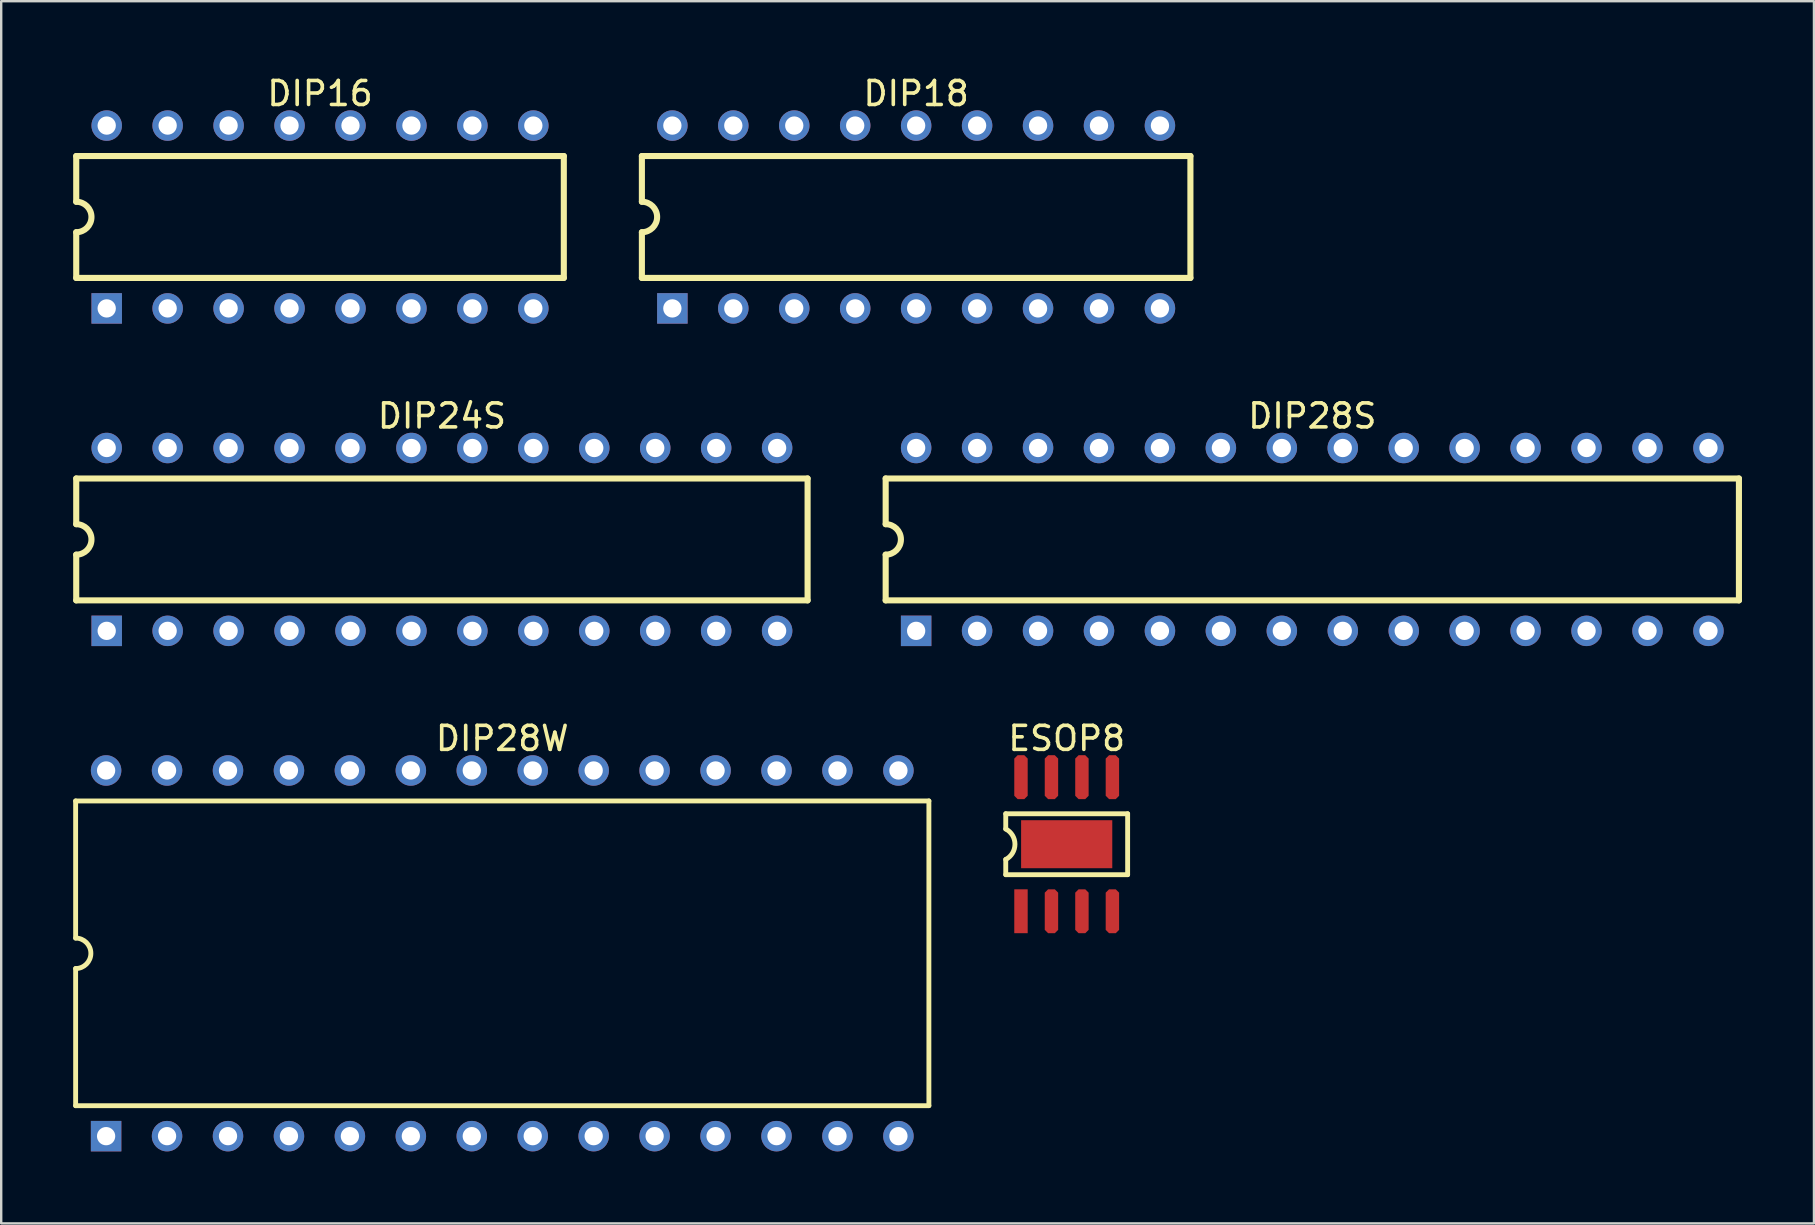
<source format=kicad_pcb>
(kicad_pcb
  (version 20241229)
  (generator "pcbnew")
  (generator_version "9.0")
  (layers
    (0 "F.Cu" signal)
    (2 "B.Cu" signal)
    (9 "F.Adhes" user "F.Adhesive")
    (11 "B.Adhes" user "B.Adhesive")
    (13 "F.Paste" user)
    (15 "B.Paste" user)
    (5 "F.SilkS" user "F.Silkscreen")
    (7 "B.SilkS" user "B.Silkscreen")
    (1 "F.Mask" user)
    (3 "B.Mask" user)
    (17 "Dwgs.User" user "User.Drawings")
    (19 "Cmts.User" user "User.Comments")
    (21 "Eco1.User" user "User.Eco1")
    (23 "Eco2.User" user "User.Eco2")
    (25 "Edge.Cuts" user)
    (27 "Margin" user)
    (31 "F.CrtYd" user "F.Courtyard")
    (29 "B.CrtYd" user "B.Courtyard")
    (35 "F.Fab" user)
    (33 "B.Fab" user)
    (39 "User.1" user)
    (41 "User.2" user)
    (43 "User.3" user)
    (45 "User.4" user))
  (footprint "DIP16"
    (layer "F.Cu")
    (at 1.397 9.803)
    (property "Reference" "DIP16" (at 8.89 -8.955 0) (layer "F.SilkS") (effects (font (size 1 1) (thickness 0.15))))
    (fp_line (start -1.27 -6.35) (end 19.05 -6.35) (stroke (width 0.254) (type solid)) (layer "F.SilkS"))
    (fp_line (start -1.27 -4.445) (end -1.27 -6.35) (stroke (width 0.254) (type solid)) (layer "F.SilkS"))
    (fp_line (start -1.27 -1.27) (end -1.27 -3.175) (stroke (width 0.254) (type solid)) (layer "F.SilkS"))
    (fp_line (start -1.27 -1.27) (end 19.05 -1.27) (stroke (width 0.254) (type solid)) (layer "F.SilkS"))
    (fp_line (start 19.05 -1.27) (end 19.05 -6.35) (stroke (width 0.254) (type solid)) (layer "F.SilkS"))
    (fp_arc (start -1.27 -4.445) (mid -0.635 -3.81) (end -1.27 -3.175) (stroke (width 0.254) (type solid)) (layer "F.SilkS"))
    (pad "1" thru_hole rect (at 0 0) (size 1.27 1.27) (drill 0.762) (layers "*.Cu" "*.Mask"))
    (pad "2" thru_hole circle (at 2.54 0) (size 1.27 1.27) (drill 0.762) (layers "*.Cu" "*.Mask"))
    (pad "3" thru_hole circle (at 5.08 0) (size 1.27 1.27) (drill 0.762) (layers "*.Cu" "*.Mask"))
    (pad "4" thru_hole circle (at 7.62 0) (size 1.27 1.27) (drill 0.762) (layers "*.Cu" "*.Mask"))
    (pad "5" thru_hole circle (at 10.16 0) (size 1.27 1.27) (drill 0.762) (layers "*.Cu" "*.Mask"))
    (pad "6" thru_hole circle (at 12.7 0) (size 1.27 1.27) (drill 0.762) (layers "*.Cu" "*.Mask"))
    (pad "7" thru_hole circle (at 15.24 0) (size 1.27 1.27) (drill 0.762) (layers "*.Cu" "*.Mask"))
    (pad "8" thru_hole circle (at 17.78 0) (size 1.27 1.27) (drill 0.762) (layers "*.Cu" "*.Mask"))
    (pad "9" thru_hole circle (at 17.78 -7.62) (size 1.27 1.27) (drill 0.762) (layers "*.Cu" "*.Mask"))
    (pad "10" thru_hole circle (at 15.24 -7.62) (size 1.27 1.27) (drill 0.762) (layers "*.Cu" "*.Mask"))
    (pad "11" thru_hole circle (at 12.7 -7.62) (size 1.27 1.27) (drill 0.762) (layers "*.Cu" "*.Mask"))
    (pad "12" thru_hole circle (at 10.16 -7.62) (size 1.27 1.27) (drill 0.762) (layers "*.Cu" "*.Mask"))
    (pad "13" thru_hole circle (at 7.62 -7.62) (size 1.27 1.27) (drill 0.762) (layers "*.Cu" "*.Mask"))
    (pad "14" thru_hole circle (at 5.08 -7.62) (size 1.27 1.27) (drill 0.762) (layers "*.Cu" "*.Mask"))
    (pad "15" thru_hole circle (at 2.54 -7.62) (size 1.27 1.27) (drill 0.762) (layers "*.Cu" "*.Mask"))
    (pad "16" thru_hole circle (at 0 -7.62) (size 1.27 1.27) (drill 0.762) (layers "*.Cu" "*.Mask")))
  (footprint "DIP24S"
    (layer "F.Cu")
    (at 1.397 23.241)
    (property "Reference" "DIP24S" (at 13.97 -8.955 0) (layer "F.SilkS") (effects (font (size 1 1) (thickness 0.15))))
    (fp_line (start -1.27 -6.35) (end 29.21 -6.35) (stroke (width 0.254) (type solid)) (layer "F.SilkS"))
    (fp_line (start -1.27 -4.445) (end -1.27 -6.35) (stroke (width 0.254) (type solid)) (layer "F.SilkS"))
    (fp_line (start -1.27 -1.27) (end -1.27 -3.175) (stroke (width 0.254) (type solid)) (layer "F.SilkS"))
    (fp_line (start -1.27 -1.27) (end 29.21 -1.27) (stroke (width 0.254) (type solid)) (layer "F.SilkS"))
    (fp_line (start 29.21 -1.27) (end 29.21 -6.35) (stroke (width 0.254) (type solid)) (layer "F.SilkS"))
    (fp_arc (start -1.27 -4.445) (mid -0.635 -3.81) (end -1.27 -3.175) (stroke (width 0.254) (type solid)) (layer "F.SilkS"))
    (pad "1" thru_hole rect (at 0 0) (size 1.27 1.27) (drill 0.762) (layers "*.Cu" "*.Mask"))
    (pad "2" thru_hole circle (at 2.54 0) (size 1.27 1.27) (drill 0.762) (layers "*.Cu" "*.Mask"))
    (pad "3" thru_hole circle (at 5.08 0) (size 1.27 1.27) (drill 0.762) (layers "*.Cu" "*.Mask"))
    (pad "4" thru_hole circle (at 7.62 0) (size 1.27 1.27) (drill 0.762) (layers "*.Cu" "*.Mask"))
    (pad "5" thru_hole circle (at 10.16 0) (size 1.27 1.27) (drill 0.762) (layers "*.Cu" "*.Mask"))
    (pad "6" thru_hole circle (at 12.7 0) (size 1.27 1.27) (drill 0.762) (layers "*.Cu" "*.Mask"))
    (pad "7" thru_hole circle (at 15.24 0) (size 1.27 1.27) (drill 0.762) (layers "*.Cu" "*.Mask"))
    (pad "8" thru_hole circle (at 17.78 0) (size 1.27 1.27) (drill 0.762) (layers "*.Cu" "*.Mask"))
    (pad "9" thru_hole circle (at 20.32 0) (size 1.27 1.27) (drill 0.762) (layers "*.Cu" "*.Mask"))
    (pad "10" thru_hole circle (at 22.86 0) (size 1.27 1.27) (drill 0.762) (layers "*.Cu" "*.Mask"))
    (pad "11" thru_hole circle (at 25.4 0) (size 1.27 1.27) (drill 0.762) (layers "*.Cu" "*.Mask"))
    (pad "12" thru_hole circle (at 27.94 0) (size 1.27 1.27) (drill 0.762) (layers "*.Cu" "*.Mask"))
    (pad "13" thru_hole circle (at 27.94 -7.62) (size 1.27 1.27) (drill 0.762) (layers "*.Cu" "*.Mask"))
    (pad "14" thru_hole circle (at 25.4 -7.62) (size 1.27 1.27) (drill 0.762) (layers "*.Cu" "*.Mask"))
    (pad "15" thru_hole circle (at 22.86 -7.62) (size 1.27 1.27) (drill 0.762) (layers "*.Cu" "*.Mask"))
    (pad "16" thru_hole circle (at 20.32 -7.62) (size 1.27 1.27) (drill 0.762) (layers "*.Cu" "*.Mask"))
    (pad "17" thru_hole circle (at 17.78 -7.62) (size 1.27 1.27) (drill 0.762) (layers "*.Cu" "*.Mask"))
    (pad "18" thru_hole circle (at 15.24 -7.62) (size 1.27 1.27) (drill 0.762) (layers "*.Cu" "*.Mask"))
    (pad "19" thru_hole circle (at 12.7 -7.62) (size 1.27 1.27) (drill 0.762) (layers "*.Cu" "*.Mask"))
    (pad "20" thru_hole circle (at 10.16 -7.62) (size 1.27 1.27) (drill 0.762) (layers "*.Cu" "*.Mask"))
    (pad "21" thru_hole circle (at 7.62 -7.62) (size 1.27 1.27) (drill 0.762) (layers "*.Cu" "*.Mask"))
    (pad "22" thru_hole circle (at 5.08 -7.62) (size 1.27 1.27) (drill 0.762) (layers "*.Cu" "*.Mask"))
    (pad "23" thru_hole circle (at 2.54 -7.62) (size 1.27 1.27) (drill 0.762) (layers "*.Cu" "*.Mask"))
    (pad "24" thru_hole circle (at 0 -7.62) (size 1.27 1.27) (drill 0.762) (layers "*.Cu" "*.Mask")))
  (footprint "DIP28S"
    (layer "F.Cu")
    (at 35.131 23.241)
    (property "Reference" "DIP28S" (at 16.51 -8.955 0) (layer "F.SilkS") (effects (font (size 1 1) (thickness 0.15))))
    (fp_line (start -1.27 -6.35) (end 34.29 -6.35) (stroke (width 0.254) (type solid)) (layer "F.SilkS"))
    (fp_line (start -1.27 -4.445) (end -1.27 -6.35) (stroke (width 0.254) (type solid)) (layer "F.SilkS"))
    (fp_line (start -1.27 -1.27) (end -1.27 -3.175) (stroke (width 0.254) (type solid)) (layer "F.SilkS"))
    (fp_line (start -1.27 -1.27) (end 34.29 -1.27) (stroke (width 0.254) (type solid)) (layer "F.SilkS"))
    (fp_line (start 34.29 -1.27) (end 34.29 -6.35) (stroke (width 0.254) (type solid)) (layer "F.SilkS"))
    (fp_arc (start -1.27 -4.445) (mid -0.635 -3.81) (end -1.27 -3.175) (stroke (width 0.254) (type solid)) (layer "F.SilkS"))
    (pad "1" thru_hole rect (at 0 0) (size 1.27 1.27) (drill 0.762) (layers "*.Cu" "*.Mask"))
    (pad "2" thru_hole circle (at 2.54 0) (size 1.27 1.27) (drill 0.762) (layers "*.Cu" "*.Mask"))
    (pad "3" thru_hole circle (at 5.08 0) (size 1.27 1.27) (drill 0.762) (layers "*.Cu" "*.Mask"))
    (pad "4" thru_hole circle (at 7.62 0) (size 1.27 1.27) (drill 0.762) (layers "*.Cu" "*.Mask"))
    (pad "5" thru_hole circle (at 10.16 0) (size 1.27 1.27) (drill 0.762) (layers "*.Cu" "*.Mask"))
    (pad "6" thru_hole circle (at 12.7 0) (size 1.27 1.27) (drill 0.762) (layers "*.Cu" "*.Mask"))
    (pad "7" thru_hole circle (at 15.24 0) (size 1.27 1.27) (drill 0.762) (layers "*.Cu" "*.Mask"))
    (pad "8" thru_hole circle (at 17.78 0) (size 1.27 1.27) (drill 0.762) (layers "*.Cu" "*.Mask"))
    (pad "9" thru_hole circle (at 20.32 0) (size 1.27 1.27) (drill 0.762) (layers "*.Cu" "*.Mask"))
    (pad "10" thru_hole circle (at 22.86 0) (size 1.27 1.27) (drill 0.762) (layers "*.Cu" "*.Mask"))
    (pad "11" thru_hole circle (at 25.4 0) (size 1.27 1.27) (drill 0.762) (layers "*.Cu" "*.Mask"))
    (pad "12" thru_hole circle (at 27.94 0) (size 1.27 1.27) (drill 0.762) (layers "*.Cu" "*.Mask"))
    (pad "13" thru_hole circle (at 30.48 0) (size 1.27 1.27) (drill 0.762) (layers "*.Cu" "*.Mask"))
    (pad "14" thru_hole circle (at 33.02 0) (size 1.27 1.27) (drill 0.762) (layers "*.Cu" "*.Mask"))
    (pad "15" thru_hole circle (at 33.02 -7.62) (size 1.27 1.27) (drill 0.762) (layers "*.Cu" "*.Mask"))
    (pad "16" thru_hole circle (at 30.48 -7.62) (size 1.27 1.27) (drill 0.762) (layers "*.Cu" "*.Mask"))
    (pad "17" thru_hole circle (at 27.94 -7.62) (size 1.27 1.27) (drill 0.762) (layers "*.Cu" "*.Mask"))
    (pad "18" thru_hole circle (at 25.4 -7.62) (size 1.27 1.27) (drill 0.762) (layers "*.Cu" "*.Mask"))
    (pad "19" thru_hole circle (at 22.86 -7.62) (size 1.27 1.27) (drill 0.762) (layers "*.Cu" "*.Mask"))
    (pad "20" thru_hole circle (at 20.32 -7.62) (size 1.27 1.27) (drill 0.762) (layers "*.Cu" "*.Mask"))
    (pad "21" thru_hole circle (at 17.78 -7.62) (size 1.27 1.27) (drill 0.762) (layers "*.Cu" "*.Mask"))
    (pad "22" thru_hole circle (at 15.24 -7.62) (size 1.27 1.27) (drill 0.762) (layers "*.Cu" "*.Mask"))
    (pad "23" thru_hole circle (at 12.7 -7.62) (size 1.27 1.27) (drill 0.762) (layers "*.Cu" "*.Mask"))
    (pad "24" thru_hole circle (at 10.16 -7.62) (size 1.27 1.27) (drill 0.762) (layers "*.Cu" "*.Mask"))
    (pad "25" thru_hole circle (at 7.62 -7.62) (size 1.27 1.27) (drill 0.762) (layers "*.Cu" "*.Mask"))
    (pad "26" thru_hole circle (at 5.08 -7.62) (size 1.27 1.27) (drill 0.762) (layers "*.Cu" "*.Mask"))
    (pad "27" thru_hole circle (at 2.54 -7.62) (size 1.27 1.27) (drill 0.762) (layers "*.Cu" "*.Mask"))
    (pad "28" thru_hole circle (at 0 -7.62) (size 1.27 1.27) (drill 0.762) (layers "*.Cu" "*.Mask")))
  (footprint "ESOP8"
    (layer "F.Cu")
    (at 39.5 34.927)
    (property "Reference" "ESOP8" (at 1.905 -7.202 0) (layer "F.SilkS") (effects (font (size 1 1) (thickness 0.15))))
    (fp_line (start -0.635 -4.064) (end 4.445 -4.064) (stroke (width 0.203) (type solid)) (layer "F.SilkS"))
    (fp_line (start -0.635 -3.429) (end -0.635 -4.064) (stroke (width 0.203) (type solid)) (layer "F.SilkS"))
    (fp_line (start -0.635 -1.524) (end -0.635 -2.159) (stroke (width 0.203) (type solid)) (layer "F.SilkS"))
    (fp_line (start -0.635 -1.524) (end 4.445 -1.524) (stroke (width 0.203) (type solid)) (layer "F.SilkS"))
    (fp_line (start 4.445 -1.524) (end 4.445 -4.064) (stroke (width 0.203) (type solid)) (layer "F.SilkS"))
    (fp_arc (start -0.634997 -3.429002) (mid -0.250979 -2.794) (end -0.634997 -2.158998) (stroke (width 0.2032) (type solid)) (layer "F.SilkS"))
    (pad "0" smd rect (at 1.905 -2.794 90) (size 2 3.8) (layers "F.Cu" "F.Mask" "F.Paste"))
    (pad "1" smd rect (at 0 0) (size 0.559 1.829) (layers "F.Cu" "F.Mask" "F.Paste"))
    (pad "2" smd roundrect (at 1.27 0) (size 0.559 1.829) (layers "F.Cu" "F.Mask" "F.Paste") (roundrect_rratio 0.25) (chamfer_ratio 0.25) (chamfer top_left top_right bottom_left bottom_right))
    (pad "3" smd roundrect (at 2.54 0) (size 0.559 1.829) (layers "F.Cu" "F.Mask" "F.Paste") (roundrect_rratio 0.25) (chamfer_ratio 0.25) (chamfer top_left top_right bottom_left bottom_right))
    (pad "4" smd roundrect (at 3.81 0) (size 0.559 1.829) (layers "F.Cu" "F.Mask" "F.Paste") (roundrect_rratio 0.25) (chamfer_ratio 0.25) (chamfer top_left top_right bottom_left bottom_right))
    (pad "5" smd roundrect (at 3.81 -5.588) (size 0.559 1.829) (layers "F.Cu" "F.Mask" "F.Paste") (roundrect_rratio 0.25) (chamfer_ratio 0.25) (chamfer top_left top_right bottom_left bottom_right))
    (pad "6" smd roundrect (at 2.54 -5.588) (size 0.559 1.829) (layers "F.Cu" "F.Mask" "F.Paste") (roundrect_rratio 0.25) (chamfer_ratio 0.25) (chamfer top_left top_right bottom_left bottom_right))
    (pad "7" smd roundrect (at 1.27 -5.588) (size 0.559 1.829) (layers "F.Cu" "F.Mask" "F.Paste") (roundrect_rratio 0.25) (chamfer_ratio 0.25) (chamfer top_left top_right bottom_left bottom_right))
    (pad "8" smd roundrect (at 0 -5.588) (size 0.559 1.829) (layers "F.Cu" "F.Mask" "F.Paste") (roundrect_rratio 0.25) (chamfer_ratio 0.25) (chamfer top_left top_right bottom_left bottom_right)))
  (footprint "DIP28W"
    (layer "F.Cu")
    (at 1.372 44.3)
    (property "Reference" "DIP28W" (at 16.51 -16.575 0) (layer "F.SilkS") (effects (font (size 1 1) (thickness 0.15))))
    (fp_line (start -1.27 -13.97) (end 34.29 -13.97) (stroke (width 0.203) (type solid)) (layer "F.SilkS"))
    (fp_line (start -1.27 -8.255) (end -1.27 -13.97) (stroke (width 0.203) (type solid)) (layer "F.SilkS"))
    (fp_line (start -1.27 -1.27) (end -1.27 -6.985) (stroke (width 0.203) (type solid)) (layer "F.SilkS"))
    (fp_line (start -1.27 -1.27) (end 34.29 -1.27) (stroke (width 0.203) (type solid)) (layer "F.SilkS"))
    (fp_line (start 34.29 -1.27) (end 34.29 -13.97) (stroke (width 0.203) (type solid)) (layer "F.SilkS"))
    (fp_arc (start -1.27 -8.255) (mid -0.635 -7.62) (end -1.27 -6.985) (stroke (width 0.2032) (type solid)) (layer "F.SilkS"))
    (pad "1" thru_hole rect (at 0 0) (size 1.27 1.27) (drill 0.762) (layers "*.Cu" "*.Mask"))
    (pad "2" thru_hole circle (at 2.54 0) (size 1.27 1.27) (drill 0.762) (layers "*.Cu" "*.Mask"))
    (pad "3" thru_hole circle (at 5.08 0) (size 1.27 1.27) (drill 0.762) (layers "*.Cu" "*.Mask"))
    (pad "4" thru_hole circle (at 7.62 0) (size 1.27 1.27) (drill 0.762) (layers "*.Cu" "*.Mask"))
    (pad "5" thru_hole circle (at 10.16 0) (size 1.27 1.27) (drill 0.762) (layers "*.Cu" "*.Mask"))
    (pad "6" thru_hole circle (at 12.7 0) (size 1.27 1.27) (drill 0.762) (layers "*.Cu" "*.Mask"))
    (pad "7" thru_hole circle (at 15.24 0) (size 1.27 1.27) (drill 0.762) (layers "*.Cu" "*.Mask"))
    (pad "8" thru_hole circle (at 17.78 0) (size 1.27 1.27) (drill 0.762) (layers "*.Cu" "*.Mask"))
    (pad "9" thru_hole circle (at 20.32 0) (size 1.27 1.27) (drill 0.762) (layers "*.Cu" "*.Mask"))
    (pad "10" thru_hole circle (at 22.86 0) (size 1.27 1.27) (drill 0.762) (layers "*.Cu" "*.Mask"))
    (pad "11" thru_hole circle (at 25.4 0) (size 1.27 1.27) (drill 0.762) (layers "*.Cu" "*.Mask"))
    (pad "12" thru_hole circle (at 27.94 0) (size 1.27 1.27) (drill 0.762) (layers "*.Cu" "*.Mask"))
    (pad "13" thru_hole circle (at 30.48 0) (size 1.27 1.27) (drill 0.762) (layers "*.Cu" "*.Mask"))
    (pad "14" thru_hole circle (at 33.02 0) (size 1.27 1.27) (drill 0.762) (layers "*.Cu" "*.Mask"))
    (pad "15" thru_hole circle (at 33.02 -15.24) (size 1.27 1.27) (drill 0.762) (layers "*.Cu" "*.Mask"))
    (pad "16" thru_hole circle (at 30.48 -15.24) (size 1.27 1.27) (drill 0.762) (layers "*.Cu" "*.Mask"))
    (pad "17" thru_hole circle (at 27.94 -15.24) (size 1.27 1.27) (drill 0.762) (layers "*.Cu" "*.Mask"))
    (pad "18" thru_hole circle (at 25.4 -15.24) (size 1.27 1.27) (drill 0.762) (layers "*.Cu" "*.Mask"))
    (pad "19" thru_hole circle (at 22.86 -15.24) (size 1.27 1.27) (drill 0.762) (layers "*.Cu" "*.Mask"))
    (pad "20" thru_hole circle (at 20.32 -15.24) (size 1.27 1.27) (drill 0.762) (layers "*.Cu" "*.Mask"))
    (pad "21" thru_hole circle (at 17.78 -15.24) (size 1.27 1.27) (drill 0.762) (layers "*.Cu" "*.Mask"))
    (pad "22" thru_hole circle (at 15.24 -15.24) (size 1.27 1.27) (drill 0.762) (layers "*.Cu" "*.Mask"))
    (pad "23" thru_hole circle (at 12.7 -15.24) (size 1.27 1.27) (drill 0.762) (layers "*.Cu" "*.Mask"))
    (pad "24" thru_hole circle (at 10.16 -15.24) (size 1.27 1.27) (drill 0.762) (layers "*.Cu" "*.Mask"))
    (pad "25" thru_hole circle (at 7.62 -15.24) (size 1.27 1.27) (drill 0.762) (layers "*.Cu" "*.Mask"))
    (pad "26" thru_hole circle (at 5.08 -15.24) (size 1.27 1.27) (drill 0.762) (layers "*.Cu" "*.Mask"))
    (pad "27" thru_hole circle (at 2.54 -15.24) (size 1.27 1.27) (drill 0.762) (layers "*.Cu" "*.Mask"))
    (pad "28" thru_hole circle (at 0 -15.24) (size 1.27 1.27) (drill 0.762) (layers "*.Cu" "*.Mask")))
  (footprint "DIP18"
    (layer "F.Cu")
    (at 24.971 9.803)
    (property "Reference" "DIP18" (at 10.16 -8.955 0) (layer "F.SilkS") (effects (font (size 1 1) (thickness 0.15))))
    (fp_line (start -1.27 -6.35) (end 21.59 -6.35) (stroke (width 0.254) (type solid)) (layer "F.SilkS"))
    (fp_line (start -1.27 -4.445) (end -1.27 -6.35) (stroke (width 0.254) (type solid)) (layer "F.SilkS"))
    (fp_line (start -1.27 -1.27) (end -1.27 -3.175) (stroke (width 0.254) (type solid)) (layer "F.SilkS"))
    (fp_line (start -1.27 -1.27) (end 21.59 -1.27) (stroke (width 0.254) (type solid)) (layer "F.SilkS"))
    (fp_line (start 21.59 -1.27) (end 21.59 -6.35) (stroke (width 0.254) (type solid)) (layer "F.SilkS"))
    (fp_arc (start -1.27 -4.445) (mid -0.635 -3.81) (end -1.27 -3.175) (stroke (width 0.254) (type solid)) (layer "F.SilkS"))
    (pad "1" thru_hole rect (at 0 0) (size 1.27 1.27) (drill 0.762) (layers "*.Cu" "*.Mask"))
    (pad "2" thru_hole circle (at 2.54 0) (size 1.27 1.27) (drill 0.762) (layers "*.Cu" "*.Mask"))
    (pad "3" thru_hole circle (at 5.08 0) (size 1.27 1.27) (drill 0.762) (layers "*.Cu" "*.Mask"))
    (pad "4" thru_hole circle (at 7.62 0) (size 1.27 1.27) (drill 0.762) (layers "*.Cu" "*.Mask"))
    (pad "5" thru_hole circle (at 10.16 0) (size 1.27 1.27) (drill 0.762) (layers "*.Cu" "*.Mask"))
    (pad "6" thru_hole circle (at 12.7 0) (size 1.27 1.27) (drill 0.762) (layers "*.Cu" "*.Mask"))
    (pad "7" thru_hole circle (at 15.24 0) (size 1.27 1.27) (drill 0.762) (layers "*.Cu" "*.Mask"))
    (pad "8" thru_hole circle (at 17.78 0) (size 1.27 1.27) (drill 0.762) (layers "*.Cu" "*.Mask"))
    (pad "9" thru_hole circle (at 20.32 0) (size 1.27 1.27) (drill 0.762) (layers "*.Cu" "*.Mask"))
    (pad "10" thru_hole circle (at 20.32 -7.62) (size 1.27 1.27) (drill 0.762) (layers "*.Cu" "*.Mask"))
    (pad "11" thru_hole circle (at 17.78 -7.62) (size 1.27 1.27) (drill 0.762) (layers "*.Cu" "*.Mask"))
    (pad "12" thru_hole circle (at 15.24 -7.62) (size 1.27 1.27) (drill 0.762) (layers "*.Cu" "*.Mask"))
    (pad "13" thru_hole circle (at 12.7 -7.62) (size 1.27 1.27) (drill 0.762) (layers "*.Cu" "*.Mask"))
    (pad "14" thru_hole circle (at 10.16 -7.62) (size 1.27 1.27) (drill 0.762) (layers "*.Cu" "*.Mask"))
    (pad "15" thru_hole circle (at 7.62 -7.62) (size 1.27 1.27) (drill 0.762) (layers "*.Cu" "*.Mask"))
    (pad "16" thru_hole circle (at 5.08 -7.62) (size 1.27 1.27) (drill 0.762) (layers "*.Cu" "*.Mask"))
    (pad "17" thru_hole circle (at 2.54 -7.62) (size 1.27 1.27) (drill 0.762) (layers "*.Cu" "*.Mask"))
    (pad "18" thru_hole circle (at 0 -7.62) (size 1.27 1.27) (drill 0.762) (layers "*.Cu" "*.Mask")))
  (gr_rect
    (start -3 -3)
    (end 72.548 47.935)
    (stroke (width 0.1) (type default))
    (fill no)
    (layer "Edge.Cuts")))
</source>
